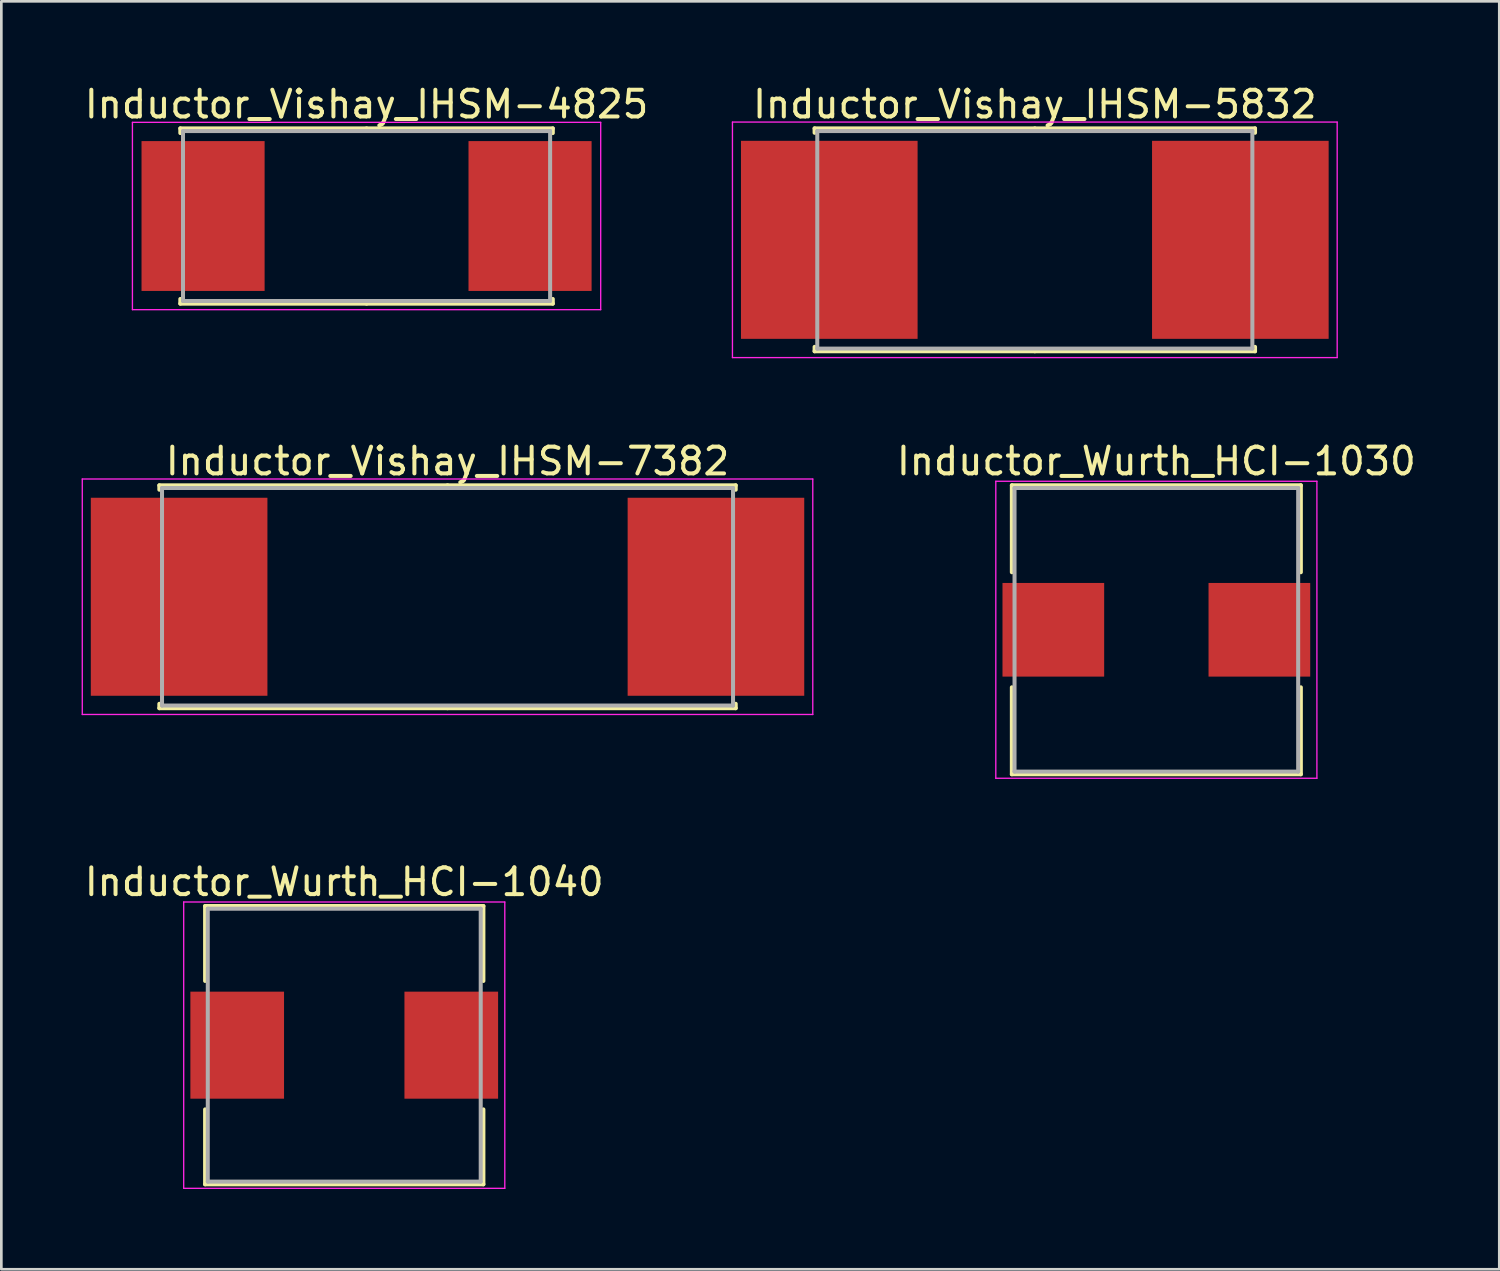
<source format=kicad_pcb>
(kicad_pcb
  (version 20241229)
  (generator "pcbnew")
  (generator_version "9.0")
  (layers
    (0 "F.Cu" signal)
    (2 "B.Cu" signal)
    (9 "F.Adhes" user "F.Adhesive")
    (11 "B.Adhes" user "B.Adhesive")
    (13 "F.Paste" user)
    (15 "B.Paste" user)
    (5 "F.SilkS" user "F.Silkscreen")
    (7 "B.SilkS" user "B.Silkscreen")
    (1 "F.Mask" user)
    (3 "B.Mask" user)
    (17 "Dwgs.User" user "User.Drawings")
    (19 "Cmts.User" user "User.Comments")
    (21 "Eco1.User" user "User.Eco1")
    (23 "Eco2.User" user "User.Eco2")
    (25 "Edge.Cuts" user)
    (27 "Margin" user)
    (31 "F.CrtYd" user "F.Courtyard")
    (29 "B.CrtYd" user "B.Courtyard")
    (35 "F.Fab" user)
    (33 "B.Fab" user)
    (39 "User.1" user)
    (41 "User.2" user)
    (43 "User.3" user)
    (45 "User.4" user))
  (footprint "Inductor_Vishay_IHSM-5832"
    (layer "F.Cu")
    (at 35.623 5.913)
    (property "Reference" "Inductor_Vishay_IHSM-5832" (at 0 -5.065 0) (layer "F.SilkS") (effects (font (size 1 1) (thickness 0.15))))
    (attr smd)
    (fp_line (start -8.23 -4.165) (end 0 -4.165) (stroke (width 0.15) (type solid)) (layer "F.SilkS"))
    (fp_line (start -8.23 -4) (end -8.23 -4.165) (stroke (width 0.15) (type solid)) (layer "F.SilkS"))
    (fp_line (start -8.23 4) (end -8.23 4.165) (stroke (width 0.15) (type solid)) (layer "F.SilkS"))
    (fp_line (start -8.23 4.165) (end 0 4.165) (stroke (width 0.15) (type solid)) (layer "F.SilkS"))
    (fp_line (start 8.23 -4.165) (end 0 -4.165) (stroke (width 0.15) (type solid)) (layer "F.SilkS"))
    (fp_line (start 8.23 -4) (end 8.23 -4.165) (stroke (width 0.15) (type solid)) (layer "F.SilkS"))
    (fp_line (start 8.23 4) (end 8.23 4.165) (stroke (width 0.15) (type solid)) (layer "F.SilkS"))
    (fp_line (start 8.23 4.165) (end 0 4.165) (stroke (width 0.15) (type solid)) (layer "F.SilkS"))
    (fp_line (start -11.3 -4.4) (end -11.3 4.4) (stroke (width 0.05) (type solid)) (layer "F.CrtYd"))
    (fp_line (start -11.3 4.4) (end 11.3 4.4) (stroke (width 0.05) (type solid)) (layer "F.CrtYd"))
    (fp_line (start 11.3 -4.4) (end -11.3 -4.4) (stroke (width 0.05) (type solid)) (layer "F.CrtYd"))
    (fp_line (start 11.3 4.4) (end 11.3 -4.4) (stroke (width 0.05) (type solid)) (layer "F.CrtYd"))
    (fp_line (start -8.13 -4.065) (end -8.13 4.065) (stroke (width 0.15) (type solid)) (layer "F.Fab"))
    (fp_line (start -8.13 4.065) (end 8.13 4.065) (stroke (width 0.15) (type solid)) (layer "F.Fab"))
    (fp_line (start 8.13 -4.065) (end -8.13 -4.065) (stroke (width 0.15) (type solid)) (layer "F.Fab"))
    (fp_line (start 8.13 4.065) (end 8.13 -4.065) (stroke (width 0.15) (type solid)) (layer "F.Fab"))
    (pad "1" smd rect (at -7.681 0) (size 6.6 7.4) (layers "F.Cu" "F.Mask" "F.Paste"))
    (pad "2" smd rect (at 7.681 0) (size 6.6 7.4) (layers "F.Cu" "F.Mask" "F.Paste")))
  (footprint "Inductor_Wurth_HCI-1040"
    (layer "F.Cu")
    (at 9.815 36.01)
    (property "Reference" "Inductor_Wurth_HCI-1040" (at 0 -6.1 0) (layer "F.SilkS") (effects (font (size 1 1) (thickness 0.15))))
    (attr smd)
    (fp_line (start -5.2 -5.2) (end 5.2 -5.2) (stroke (width 0.15) (type solid)) (layer "F.SilkS"))
    (fp_line (start -5.2 -2.4) (end -5.2 -5.2) (stroke (width 0.15) (type solid)) (layer "F.SilkS"))
    (fp_line (start -5.2 2.4) (end -5.2 5.2) (stroke (width 0.15) (type solid)) (layer "F.SilkS"))
    (fp_line (start -5.2 5.2) (end 5.2 5.2) (stroke (width 0.15) (type solid)) (layer "F.SilkS"))
    (fp_line (start 5.2 -5.2) (end 5.2 -2.4) (stroke (width 0.15) (type solid)) (layer "F.SilkS"))
    (fp_line (start 5.2 5.2) (end 5.2 2.4) (stroke (width 0.15) (type solid)) (layer "F.SilkS"))
    (fp_line (start -6 -5.35) (end -6 5.35) (stroke (width 0.05) (type solid)) (layer "F.CrtYd"))
    (fp_line (start -6 5.35) (end 6 5.35) (stroke (width 0.05) (type solid)) (layer "F.CrtYd"))
    (fp_line (start 6 -5.35) (end -6 -5.35) (stroke (width 0.05) (type solid)) (layer "F.CrtYd"))
    (fp_line (start 6 5.35) (end 6 -5.35) (stroke (width 0.05) (type solid)) (layer "F.CrtYd"))
    (fp_line (start -5.1 -5.1) (end -5.1 5.1) (stroke (width 0.15) (type solid)) (layer "F.Fab"))
    (fp_line (start -5.1 5.1) (end 5.1 5.1) (stroke (width 0.15) (type solid)) (layer "F.Fab"))
    (fp_line (start 5.1 -5.1) (end -5.1 -5.1) (stroke (width 0.15) (type solid)) (layer "F.Fab"))
    (fp_line (start 5.1 5.1) (end 5.1 -5.1) (stroke (width 0.15) (type solid)) (layer "F.Fab"))
    (pad "1" smd rect (at -4 0) (size 3.5 4) (layers "F.Cu" "F.Mask" "F.Paste"))
    (pad "2" smd rect (at 4 0) (size 3.5 4) (layers "F.Cu" "F.Mask" "F.Paste")))
  (footprint "Inductor_Vishay_IHSM-7382"
    (layer "F.Cu")
    (at 13.675 19.252)
    (property "Reference" "Inductor_Vishay_IHSM-7382" (at 0 -5.065 0) (layer "F.SilkS") (effects (font (size 1 1) (thickness 0.15))))
    (attr smd)
    (fp_line (start -10.77 -4.165) (end 0 -4.165) (stroke (width 0.15) (type solid)) (layer "F.SilkS"))
    (fp_line (start -10.77 -4) (end -10.77 -4.165) (stroke (width 0.15) (type solid)) (layer "F.SilkS"))
    (fp_line (start -10.77 4) (end -10.77 4.165) (stroke (width 0.15) (type solid)) (layer "F.SilkS"))
    (fp_line (start -10.77 4.165) (end 0 4.165) (stroke (width 0.15) (type solid)) (layer "F.SilkS"))
    (fp_line (start 10.77 -4.165) (end 0 -4.165) (stroke (width 0.15) (type solid)) (layer "F.SilkS"))
    (fp_line (start 10.77 -4) (end 10.77 -4.165) (stroke (width 0.15) (type solid)) (layer "F.SilkS"))
    (fp_line (start 10.77 4) (end 10.77 4.165) (stroke (width 0.15) (type solid)) (layer "F.SilkS"))
    (fp_line (start 10.77 4.165) (end 0 4.165) (stroke (width 0.15) (type solid)) (layer "F.SilkS"))
    (fp_line (start -13.65 -4.4) (end -13.65 4.4) (stroke (width 0.05) (type solid)) (layer "F.CrtYd"))
    (fp_line (start -13.65 4.4) (end 13.65 4.4) (stroke (width 0.05) (type solid)) (layer "F.CrtYd"))
    (fp_line (start 13.65 -4.4) (end -13.65 -4.4) (stroke (width 0.05) (type solid)) (layer "F.CrtYd"))
    (fp_line (start 13.65 4.4) (end 13.65 -4.4) (stroke (width 0.05) (type solid)) (layer "F.CrtYd"))
    (fp_line (start -10.67 -4.065) (end -10.67 4.065) (stroke (width 0.15) (type solid)) (layer "F.Fab"))
    (fp_line (start -10.67 4.065) (end 10.67 4.065) (stroke (width 0.15) (type solid)) (layer "F.Fab"))
    (fp_line (start 10.67 -4.065) (end -10.67 -4.065) (stroke (width 0.15) (type solid)) (layer "F.Fab"))
    (fp_line (start 10.67 4.065) (end 10.67 -4.065) (stroke (width 0.15) (type solid)) (layer "F.Fab"))
    (pad "1" smd rect (at -10.031 0) (size 6.6 7.4) (layers "F.Cu" "F.Mask" "F.Paste"))
    (pad "2" smd rect (at 10.031 0) (size 6.6 7.4) (layers "F.Cu" "F.Mask" "F.Paste")))
  (footprint "Inductor_Vishay_IHSM-4825"
    (layer "F.Cu")
    (at 10.649 5.023)
    (property "Reference" "Inductor_Vishay_IHSM-4825" (at 0 -4.175 0) (layer "F.SilkS") (effects (font (size 1 1) (thickness 0.15))))
    (attr smd)
    (fp_line (start -6.96 -3.275) (end 0 -3.275) (stroke (width 0.15) (type solid)) (layer "F.SilkS"))
    (fp_line (start -6.96 -3.1) (end -6.96 -3.275) (stroke (width 0.15) (type solid)) (layer "F.SilkS"))
    (fp_line (start -6.96 3.1) (end -6.96 3.275) (stroke (width 0.15) (type solid)) (layer "F.SilkS"))
    (fp_line (start -6.96 3.275) (end 0 3.275) (stroke (width 0.15) (type solid)) (layer "F.SilkS"))
    (fp_line (start 6.96 -3.275) (end 0 -3.275) (stroke (width 0.15) (type solid)) (layer "F.SilkS"))
    (fp_line (start 6.96 -3.1) (end 6.96 -3.275) (stroke (width 0.15) (type solid)) (layer "F.SilkS"))
    (fp_line (start 6.96 3.1) (end 6.96 3.275) (stroke (width 0.15) (type solid)) (layer "F.SilkS"))
    (fp_line (start 6.96 3.275) (end 0 3.275) (stroke (width 0.15) (type solid)) (layer "F.SilkS"))
    (fp_line (start -8.75 -3.5) (end -8.75 3.5) (stroke (width 0.05) (type solid)) (layer "F.CrtYd"))
    (fp_line (start -8.75 3.5) (end 8.75 3.5) (stroke (width 0.05) (type solid)) (layer "F.CrtYd"))
    (fp_line (start 8.75 -3.5) (end -8.75 -3.5) (stroke (width 0.05) (type solid)) (layer "F.CrtYd"))
    (fp_line (start 8.75 3.5) (end 8.75 -3.5) (stroke (width 0.05) (type solid)) (layer "F.CrtYd"))
    (fp_line (start -6.86 -3.175) (end -6.86 3.175) (stroke (width 0.15) (type solid)) (layer "F.Fab"))
    (fp_line (start -6.86 3.175) (end 6.86 3.175) (stroke (width 0.15) (type solid)) (layer "F.Fab"))
    (fp_line (start 6.86 -3.175) (end -6.86 -3.175) (stroke (width 0.15) (type solid)) (layer "F.Fab"))
    (fp_line (start 6.86 3.175) (end 6.86 -3.175) (stroke (width 0.15) (type solid)) (layer "F.Fab"))
    (pad "1" smd rect (at -6.11 0) (size 4.6 5.6) (layers "F.Cu" "F.Mask" "F.Paste"))
    (pad "2" smd rect (at 6.11 0) (size 4.6 5.6) (layers "F.Cu" "F.Mask" "F.Paste")))
  (footprint "Inductor_Wurth_HCI-1030"
    (layer "F.Cu")
    (at 40.165 20.486)
    (property "Reference" "Inductor_Wurth_HCI-1030" (at 0 -6.3 0) (layer "F.SilkS") (effects (font (size 1 1) (thickness 0.15))))
    (attr smd)
    (fp_line (start -5.4 -5.4) (end 5.4 -5.4) (stroke (width 0.15) (type solid)) (layer "F.SilkS"))
    (fp_line (start -5.4 -2.15) (end -5.4 -5.4) (stroke (width 0.15) (type solid)) (layer "F.SilkS"))
    (fp_line (start -5.4 2.15) (end -5.4 5.4) (stroke (width 0.15) (type solid)) (layer "F.SilkS"))
    (fp_line (start -5.4 5.4) (end 5.4 5.4) (stroke (width 0.15) (type solid)) (layer "F.SilkS"))
    (fp_line (start 5.4 -5.4) (end 5.4 -2.15) (stroke (width 0.15) (type solid)) (layer "F.SilkS"))
    (fp_line (start 5.4 5.4) (end 5.4 2.15) (stroke (width 0.15) (type solid)) (layer "F.SilkS"))
    (fp_line (start -6 -5.55) (end -6 5.55) (stroke (width 0.05) (type solid)) (layer "F.CrtYd"))
    (fp_line (start -6 5.55) (end 6 5.55) (stroke (width 0.05) (type solid)) (layer "F.CrtYd"))
    (fp_line (start 6 -5.55) (end -6 -5.55) (stroke (width 0.05) (type solid)) (layer "F.CrtYd"))
    (fp_line (start 6 5.55) (end 6 -5.55) (stroke (width 0.05) (type solid)) (layer "F.CrtYd"))
    (fp_line (start -5.3 -5.3) (end -5.3 5.3) (stroke (width 0.15) (type solid)) (layer "F.Fab"))
    (fp_line (start -5.3 5.3) (end 5.3 5.3) (stroke (width 0.15) (type solid)) (layer "F.Fab"))
    (fp_line (start 5.3 -5.3) (end -5.3 -5.3) (stroke (width 0.15) (type solid)) (layer "F.Fab"))
    (fp_line (start 5.3 5.3) (end 5.3 -5.3) (stroke (width 0.15) (type solid)) (layer "F.Fab"))
    (pad "1" smd rect (at -3.85 0) (size 3.8 3.5) (layers "F.Cu" "F.Mask" "F.Paste"))
    (pad "2" smd rect (at 3.85 0) (size 3.8 3.5) (layers "F.Cu" "F.Mask" "F.Paste")))
  (gr_rect
    (start -3 -3)
    (end 52.981 44.385)
    (stroke (width 0.1) (type default))
    (fill no)
    (layer "Edge.Cuts")))
</source>
